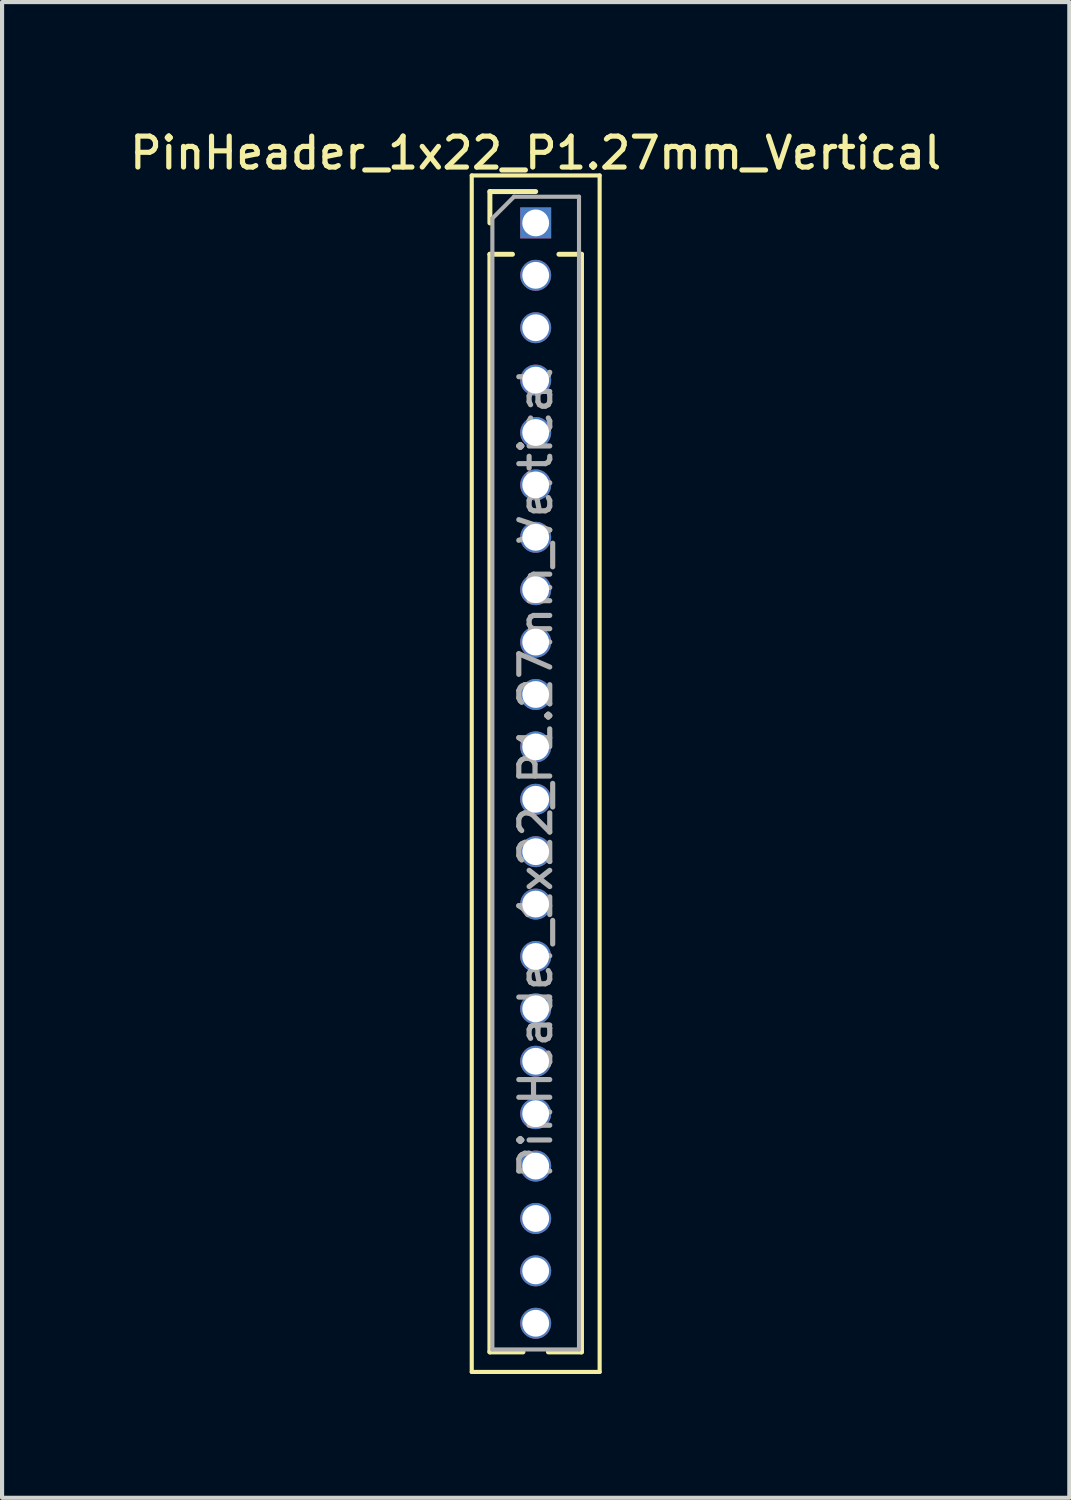
<source format=kicad_pcb>
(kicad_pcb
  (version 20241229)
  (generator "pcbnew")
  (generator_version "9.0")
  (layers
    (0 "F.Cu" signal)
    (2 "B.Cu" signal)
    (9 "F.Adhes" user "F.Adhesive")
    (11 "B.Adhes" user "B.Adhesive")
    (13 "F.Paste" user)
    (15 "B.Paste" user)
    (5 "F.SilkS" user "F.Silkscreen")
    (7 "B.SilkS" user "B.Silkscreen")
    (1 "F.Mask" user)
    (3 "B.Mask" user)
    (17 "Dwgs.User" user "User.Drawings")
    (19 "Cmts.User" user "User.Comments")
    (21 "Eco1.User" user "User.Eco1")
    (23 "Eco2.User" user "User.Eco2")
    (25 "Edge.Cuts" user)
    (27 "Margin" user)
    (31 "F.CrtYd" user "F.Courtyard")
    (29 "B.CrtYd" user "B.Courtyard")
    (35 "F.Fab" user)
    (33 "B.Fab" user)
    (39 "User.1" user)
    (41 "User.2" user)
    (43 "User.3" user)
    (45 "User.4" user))
  (footprint "PinHeader_1x22_P1.27mm_Vertical"
    (layer "F.Cu")
    (at 9.934 2.353)
    (property "Reference" "PinHeader_1x22_P1.27mm_Vertical" (at 0 -1.695 0) (layer "F.SilkS") (effects (font (size 0.75 0.75) (thickness 0.125))))
    (attr through_hole)
    (fp_line (start -1.55 -1.15) (end -1.55 27.85) (stroke (width 0.1) (type solid)) (layer "F.SilkS"))
    (fp_line (start -1.55 27.85) (end 1.55 27.85) (stroke (width 0.1) (type solid)) (layer "F.SilkS"))
    (fp_line (start -1.11 -0.76) (end 0 -0.76) (stroke (width 0.12) (type solid)) (layer "F.SilkS"))
    (fp_line (start -1.11 0) (end -1.11 -0.76) (stroke (width 0.12) (type solid)) (layer "F.SilkS"))
    (fp_line (start -1.11 0.76) (end -1.11 27.365) (stroke (width 0.12) (type solid)) (layer "F.SilkS"))
    (fp_line (start -1.11 0.76) (end -0.563 0.76) (stroke (width 0.12) (type solid)) (layer "F.SilkS"))
    (fp_line (start -1.11 27.365) (end -0.308 27.365) (stroke (width 0.12) (type solid)) (layer "F.SilkS"))
    (fp_line (start 0.308 27.365) (end 1.11 27.365) (stroke (width 0.12) (type solid)) (layer "F.SilkS"))
    (fp_line (start 0.563 0.76) (end 1.11 0.76) (stroke (width 0.12) (type solid)) (layer "F.SilkS"))
    (fp_line (start 1.11 0.76) (end 1.11 27.365) (stroke (width 0.12) (type solid)) (layer "F.SilkS"))
    (fp_line (start 1.55 -1.15) (end -1.55 -1.15) (stroke (width 0.1) (type solid)) (layer "F.SilkS"))
    (fp_line (start 1.55 27.85) (end 1.55 -1.15) (stroke (width 0.1) (type solid)) (layer "F.SilkS"))
    (fp_line (start -1.05 -0.11) (end -0.525 -0.635) (stroke (width 0.1) (type solid)) (layer "F.Fab"))
    (fp_line (start -1.05 27.305) (end -1.05 -0.11) (stroke (width 0.1) (type solid)) (layer "F.Fab"))
    (fp_line (start -0.525 -0.635) (end 1.05 -0.635) (stroke (width 0.1) (type solid)) (layer "F.Fab"))
    (fp_line (start 1.05 -0.635) (end 1.05 27.305) (stroke (width 0.1) (type solid)) (layer "F.Fab"))
    (fp_line (start 1.05 27.305) (end -1.05 27.305) (stroke (width 0.1) (type solid)) (layer "F.Fab"))
    (fp_text user "${REFERENCE}" (at 0 13.335 90) (layer "F.Fab") (effects (font (size 0.75 0.75) (thickness 0.125))))
    (pad "1" thru_hole rect (at 0 0) (size 0.75 0.75) (drill 0.65) (layers "*.Cu" "*.Mask"))
    (pad "2" thru_hole oval (at 0 1.27) (size 0.75 0.75) (drill 0.65) (layers "*.Cu" "*.Mask"))
    (pad "3" thru_hole oval (at 0 2.54) (size 0.75 0.75) (drill 0.65) (layers "*.Cu" "*.Mask"))
    (pad "4" thru_hole oval (at 0 3.81) (size 0.75 0.75) (drill 0.65) (layers "*.Cu" "*.Mask"))
    (pad "5" thru_hole oval (at 0 5.08) (size 0.75 0.75) (drill 0.65) (layers "*.Cu" "*.Mask"))
    (pad "6" thru_hole oval (at 0 6.35) (size 0.75 0.75) (drill 0.65) (layers "*.Cu" "*.Mask"))
    (pad "7" thru_hole oval (at 0 7.62) (size 0.75 0.75) (drill 0.65) (layers "*.Cu" "*.Mask"))
    (pad "8" thru_hole oval (at 0 8.89) (size 0.75 0.75) (drill 0.65) (layers "*.Cu" "*.Mask"))
    (pad "9" thru_hole oval (at 0 10.16) (size 0.75 0.75) (drill 0.65) (layers "*.Cu" "*.Mask"))
    (pad "10" thru_hole oval (at 0 11.43) (size 0.75 0.75) (drill 0.65) (layers "*.Cu" "*.Mask"))
    (pad "11" thru_hole oval (at 0 12.7) (size 0.75 0.75) (drill 0.65) (layers "*.Cu" "*.Mask"))
    (pad "12" thru_hole oval (at 0 13.97) (size 0.75 0.75) (drill 0.65) (layers "*.Cu" "*.Mask"))
    (pad "13" thru_hole oval (at 0 15.24) (size 0.75 0.75) (drill 0.65) (layers "*.Cu" "*.Mask"))
    (pad "14" thru_hole oval (at 0 16.51) (size 0.75 0.75) (drill 0.65) (layers "*.Cu" "*.Mask"))
    (pad "15" thru_hole oval (at 0 17.78) (size 0.75 0.75) (drill 0.65) (layers "*.Cu" "*.Mask"))
    (pad "16" thru_hole oval (at 0 19.05) (size 0.75 0.75) (drill 0.65) (layers "*.Cu" "*.Mask"))
    (pad "17" thru_hole oval (at 0 20.32) (size 0.75 0.75) (drill 0.65) (layers "*.Cu" "*.Mask"))
    (pad "18" thru_hole oval (at 0 21.59) (size 0.75 0.75) (drill 0.65) (layers "*.Cu" "*.Mask"))
    (pad "19" thru_hole oval (at 0 22.86) (size 0.75 0.75) (drill 0.65) (layers "*.Cu" "*.Mask"))
    (pad "20" thru_hole oval (at 0 24.13) (size 0.75 0.75) (drill 0.65) (layers "*.Cu" "*.Mask"))
    (pad "21" thru_hole oval (at 0 25.4) (size 0.75 0.75) (drill 0.65) (layers "*.Cu" "*.Mask"))
    (pad "22" thru_hole oval (at 0 26.67) (size 0.75 0.75) (drill 0.65) (layers "*.Cu" "*.Mask")))
  (gr_rect
    (start -3 -3)
    (end 22.868 33.253)
    (stroke (width 0.1) (type default))
    (fill no)
    (layer "Edge.Cuts")))
</source>
